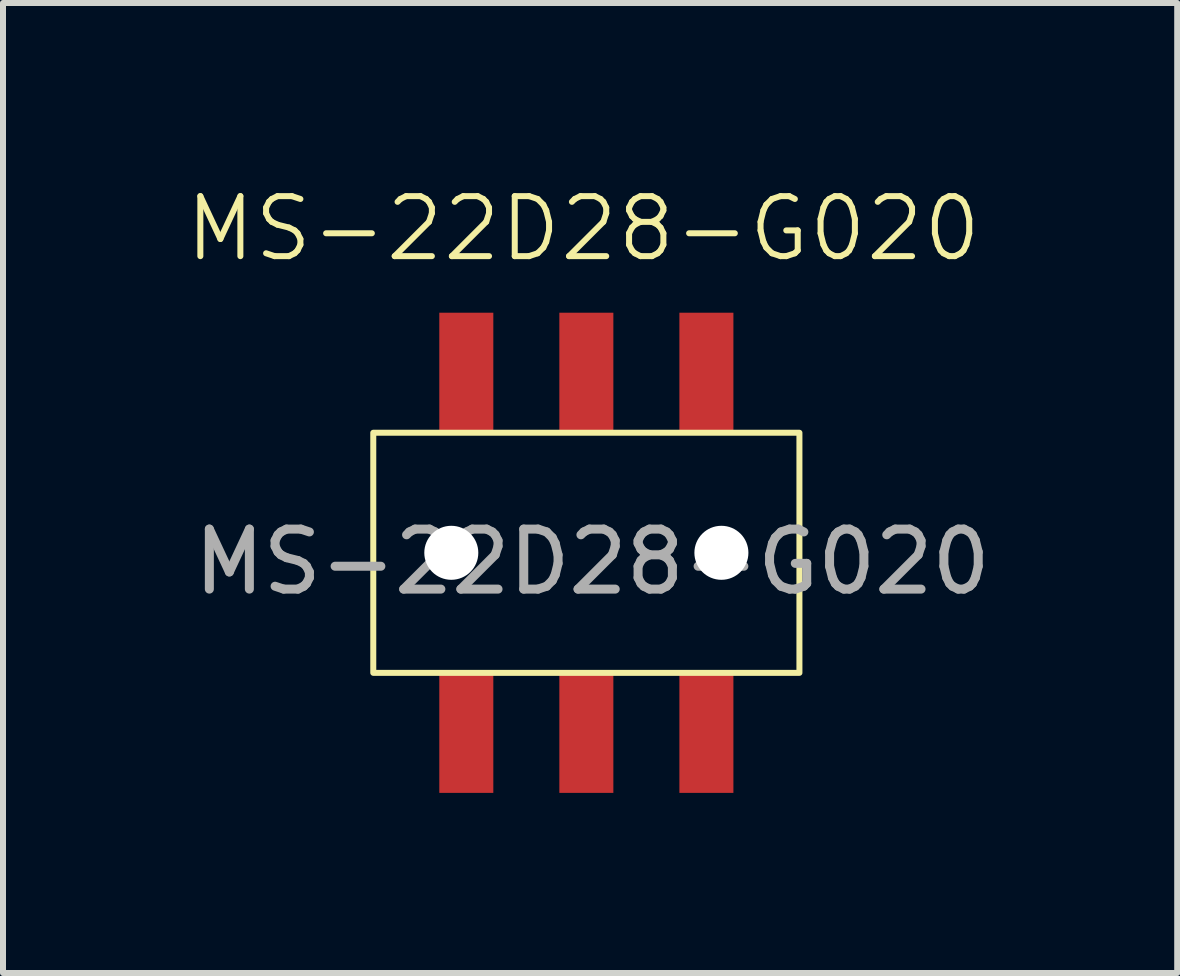
<source format=kicad_pcb>
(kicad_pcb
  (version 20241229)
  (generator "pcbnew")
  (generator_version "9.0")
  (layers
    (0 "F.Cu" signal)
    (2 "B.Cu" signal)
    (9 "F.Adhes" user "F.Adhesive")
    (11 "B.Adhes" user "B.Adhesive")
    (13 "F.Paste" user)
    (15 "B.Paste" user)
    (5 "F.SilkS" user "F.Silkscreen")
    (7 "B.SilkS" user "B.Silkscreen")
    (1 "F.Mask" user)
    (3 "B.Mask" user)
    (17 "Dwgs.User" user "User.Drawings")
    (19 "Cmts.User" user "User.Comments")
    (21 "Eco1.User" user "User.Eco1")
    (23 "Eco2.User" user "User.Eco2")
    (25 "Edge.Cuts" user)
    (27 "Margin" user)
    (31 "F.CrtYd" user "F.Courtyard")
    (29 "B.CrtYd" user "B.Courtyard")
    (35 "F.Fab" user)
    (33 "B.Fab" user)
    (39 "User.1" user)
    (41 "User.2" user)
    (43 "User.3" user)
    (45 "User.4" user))
  (footprint "MS-22D28-G020"
    (layer "F.Cu")
    (at 6.719 6.16)
    (property "Reference" "MS-22D28-G020" (at -0.05 -5.4 0) (unlocked yes) (layer "F.SilkS") (effects (font (size 1 1) (thickness 0.1))))
    (attr smd)
    (fp_rect (start -3.55 -2) (end 3.55 2) (stroke (width 0.1) (type default)) (fill no) (layer "F.SilkS"))
    (fp_text user "${REFERENCE}" (at 0.1 0.15 0) (unlocked yes) (layer "F.Fab") (effects (font (size 1 1) (thickness 0.15))))
    (pad "" np_thru_hole circle (at -2.25 0) (size 0.9 0.9) (drill 0.9) (layers "*.Cu" "*.Mask"))
    (pad "" np_thru_hole circle (at 2.25 0) (size 0.9 0.9) (drill 0.9) (layers "*.Cu" "*.Mask"))
    (pad "1" smd rect (at -2 -3) (size 0.9 2) (layers "F.Cu" "F.Mask" "F.Paste"))
    (pad "2" smd rect (at 0 -3) (size 0.9 2) (layers "F.Cu" "F.Mask" "F.Paste"))
    (pad "3" smd rect (at 2 -3) (size 0.9 2) (layers "F.Cu" "F.Mask" "F.Paste"))
    (pad "4" smd rect (at -2 3) (size 0.9 2) (layers "F.Cu" "F.Mask" "F.Paste"))
    (pad "5" smd rect (at 0 3) (size 0.9 2) (layers "F.Cu" "F.Mask" "F.Paste"))
    (pad "6" smd rect (at 2 3) (size 0.9 2) (layers "F.Cu" "F.Mask" "F.Paste")))
  (gr_rect
    (start -3 -3)
    (end 16.563 13.161)
    (stroke (width 0.1) (type default))
    (fill no)
    (layer "Edge.Cuts")))
</source>
